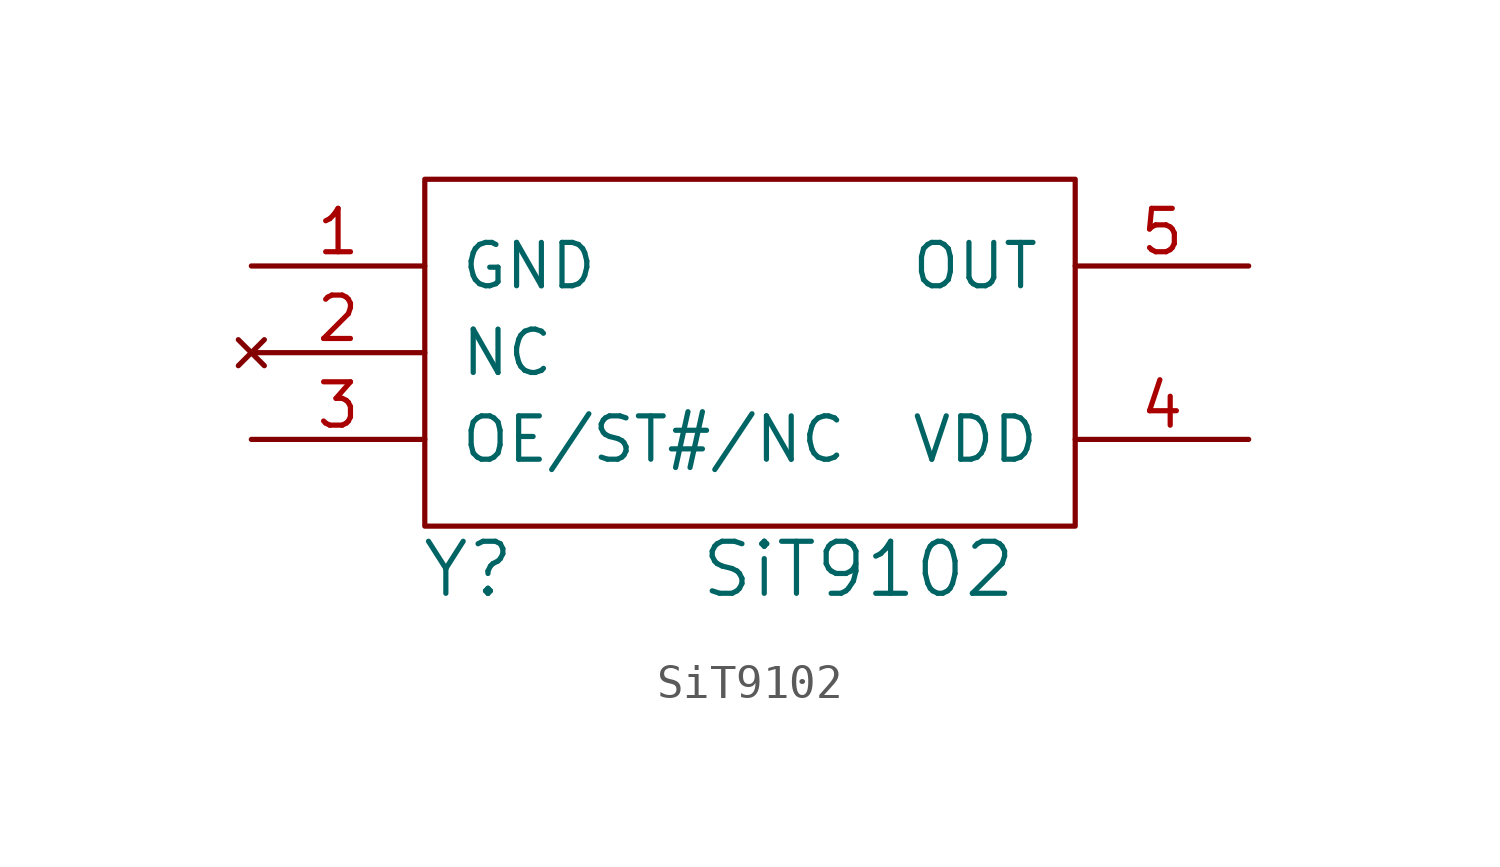
<source format=kicad_sym>
(kicad_symbol_lib
  (version 20211014)
  (generator kicad_symbol_editor)
  (symbol "SiT9102"
    (pin_names
      (offset 1.016))
    (property "Reference" "Y"
      (at 1.27 -1.27 0)
      (effects (font (size 1.524 1.524))))
    (property "Value" "SiT9102"
      (at 12.7 -1.27 0)
      (effects (font (size 1.524 1.524))))
    (property "Footprint" ""
      (at 0 0 0)
      (effects (font (size 1.524 1.524))))
    (property "Datasheet" ""
      (at 0 0 0)
      (effects (font (size 1.524 1.524))))
    (symbol "SiT9102_0_1"
      (rectangle (start 0 10.16) (end 19.05 0) (stroke (width 0) (type default) (color 0 0 0 0)) (fill (type none))))
    (symbol "SiT9102_1_1"
      (pin power_in line (at -5.08 7.62 0) (length 5.08) (name "GND" (effects (font (size 1.27 1.27)))) (number "1" (effects (font (size 1.27 1.27)))))
      (pin no_connect line (at -5.08 5.08 0) (length 5.08) (name "NC" (effects (font (size 1.27 1.27)))) (number "2" (effects (font (size 1.27 1.27)))))
      (pin input line (at -5.08 2.54 0) (length 5.08) (name "OE/ST#/NC" (effects (font (size 1.27 1.27)))) (number "3" (effects (font (size 1.27 1.27)))))
      (pin power_in line (at 24.13 2.54 180) (length 5.08) (name "VDD" (effects (font (size 1.27 1.27)))) (number "4" (effects (font (size 1.27 1.27)))))
      (pin output line (at 24.13 7.62 180) (length 5.08) (name "OUT" (effects (font (size 1.27 1.27)))) (number "5" (effects (font (size 1.27 1.27))))))))
</source>
